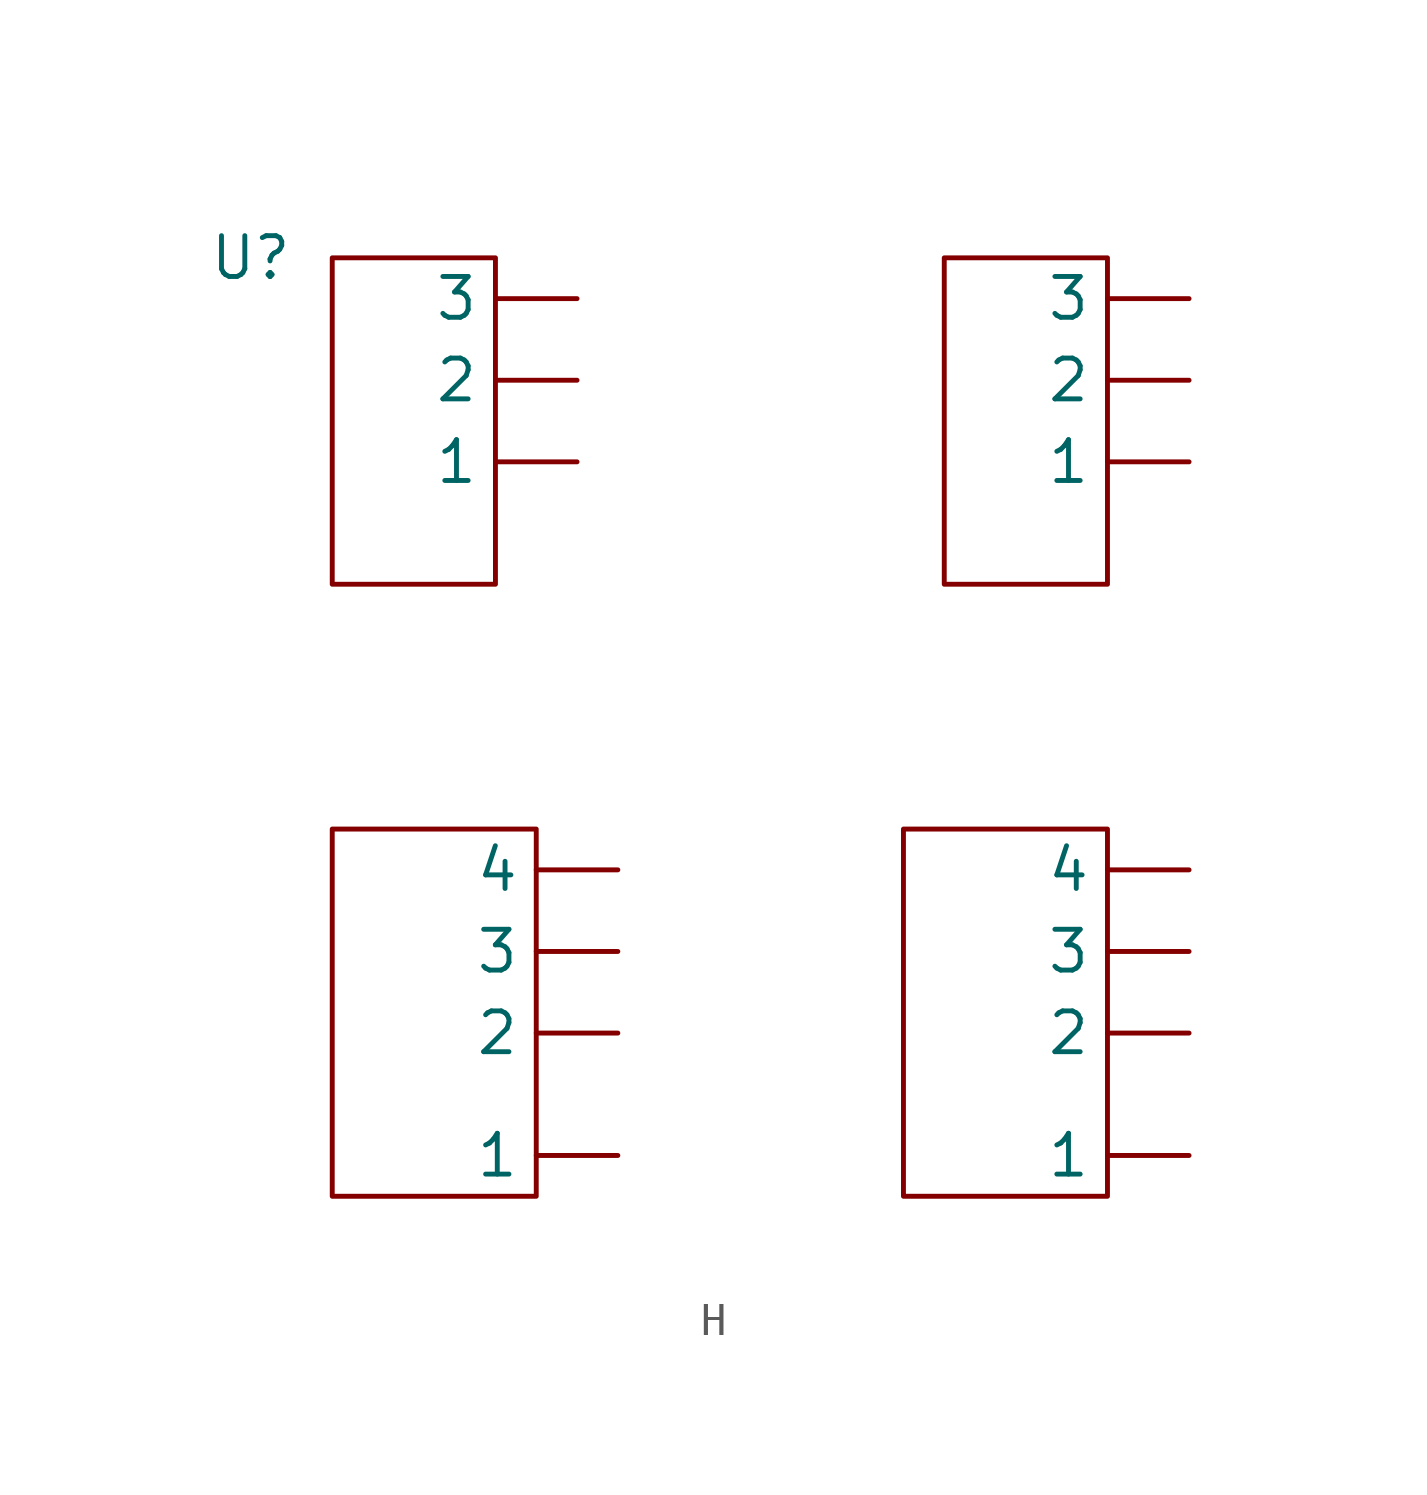
<source format=kicad_sym>
(kicad_symbol_lib
  (version 20241209)
  (generator "kicad_symbol_editor")
  (generator_version "9.0")
  (symbol "H"
    (property "Reference" "U"
      (at 0 0 0)
      (effects (font (size 1.27 1.27))))
    (property "Value" ""
      (at 0 0 0)
      (effects (font (size 1.27 1.27))))
    (property "ki_locked" ""
      (at 0 0 0)
      (effects (font (size 1.27 1.27))))
    (symbol "H_1_1"
      (rectangle (start 2.54 0) (end 7.62 -10.16) (stroke (width 0) (type default)) (fill (type none)))
      (rectangle (start 2.54 -17.78) (end 8.89 -29.21) (stroke (width 0) (type default)) (fill (type none)))
      (rectangle (start 20.32 -17.78) (end 26.67 -29.21) (stroke (width 0) (type default)) (fill (type none)))
      (rectangle (start 21.59 0) (end 26.67 -10.16) (stroke (width 0) (type default)) (fill (type none)))
      (pin input line (at 10.16 -1.27 180) (length 2.54) (name "3" (effects (font (size 1.27 1.27)))) (number "" (effects (font (size 1.27 1.27)))))
      (pin input line (at 10.16 -3.81 180) (length 2.54) (name "2" (effects (font (size 1.27 1.27)))) (number "" (effects (font (size 1.27 1.27)))))
      (pin input line (at 10.16 -6.35 180) (length 2.54) (name "1" (effects (font (size 1.27 1.27)))) (number "" (effects (font (size 1.27 1.27)))))
      (pin input line (at 11.43 -19.05 180) (length 2.54) (name "4" (effects (font (size 1.27 1.27)))) (number "" (effects (font (size 1.27 1.27)))))
      (pin input line (at 11.43 -21.59 180) (length 2.54) (name "3" (effects (font (size 1.27 1.27)))) (number "" (effects (font (size 1.27 1.27)))))
      (pin input line (at 11.43 -24.13 180) (length 2.54) (name "2" (effects (font (size 1.27 1.27)))) (number "" (effects (font (size 1.27 1.27)))))
      (pin input line (at 11.43 -27.94 180) (length 2.54) (name "1" (effects (font (size 1.27 1.27)))) (number "" (effects (font (size 1.27 1.27)))))
      (pin input line (at 29.21 -1.27 180) (length 2.54) (name "3" (effects (font (size 1.27 1.27)))) (number "" (effects (font (size 1.27 1.27)))))
      (pin input line (at 29.21 -3.81 180) (length 2.54) (name "2" (effects (font (size 1.27 1.27)))) (number "" (effects (font (size 1.27 1.27)))))
      (pin input line (at 29.21 -6.35 180) (length 2.54) (name "1" (effects (font (size 1.27 1.27)))) (number "" (effects (font (size 1.27 1.27)))))
      (pin input line (at 29.21 -19.05 180) (length 2.54) (name "4" (effects (font (size 1.27 1.27)))) (number "" (effects (font (size 1.27 1.27)))))
      (pin input line (at 29.21 -21.59 180) (length 2.54) (name "3" (effects (font (size 1.27 1.27)))) (number "" (effects (font (size 1.27 1.27)))))
      (pin input line (at 29.21 -24.13 180) (length 2.54) (name "2" (effects (font (size 1.27 1.27)))) (number "" (effects (font (size 1.27 1.27)))))
      (pin input line (at 29.21 -27.94 180) (length 2.54) (name "1" (effects (font (size 1.27 1.27)))) (number "" (effects (font (size 1.27 1.27))))))))
</source>
